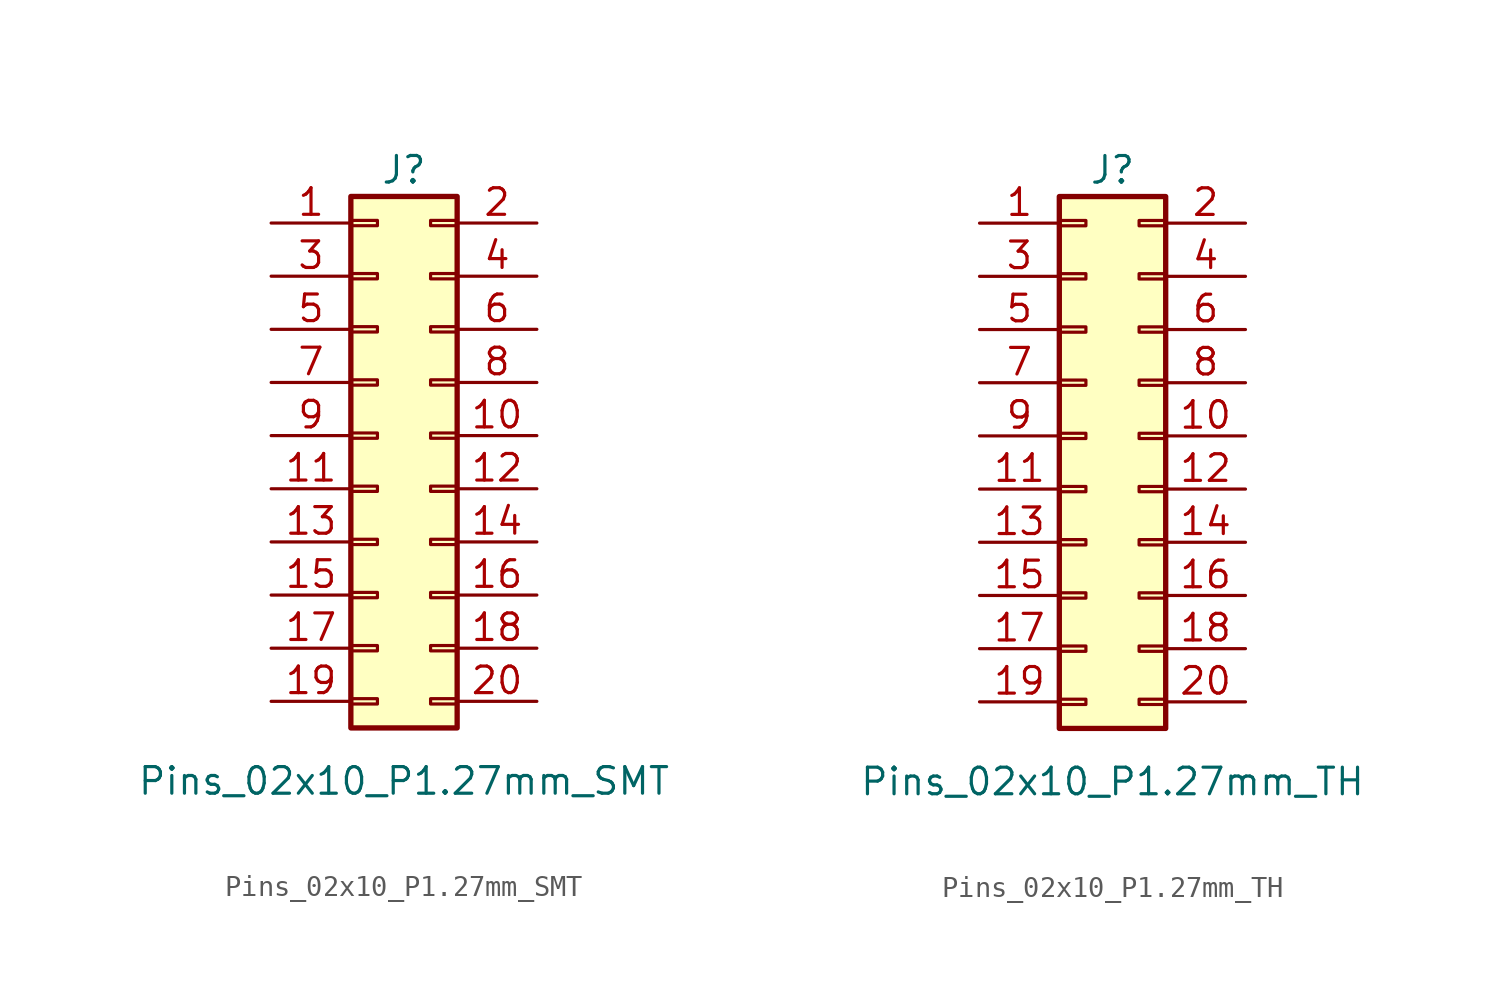
<source format=kicad_sym>
(kicad_symbol_lib
  (version 20241209)
  (generator "kicad_symbol_editor")
  (generator_version "9.0")
  (symbol "Pins_02x10_P1.27mm_SMT"
    (pin_names
      (offset 1.016)
      (hide yes))
    (property "Reference" "J"
      (at 0 13.97 0)
      (effects (font (size 1.27 1.27))))
    (property "Value" "Pins_02x10_P1.27mm_SMT"
      (at 0 -15.24 0)
      (effects (font (size 1.27 1.27))))
    (symbol "Pins_02x10_P1.27mm_SMT_1_1"
      (rectangle (start -2.54 12.7) (end 2.54 -12.7) (stroke (width 0.254) (type default)) (fill (type background)))
      (rectangle (start -2.54 11.557) (end -1.27 11.303) (stroke (width 0) (type default)) (fill (type none)))
      (rectangle (start -2.54 9.017) (end -1.27 8.763) (stroke (width 0) (type default)) (fill (type none)))
      (rectangle (start -2.54 6.477) (end -1.27 6.223) (stroke (width 0) (type default)) (fill (type none)))
      (rectangle (start -2.54 3.937) (end -1.27 3.683) (stroke (width 0) (type default)) (fill (type none)))
      (rectangle (start -2.54 1.397) (end -1.27 1.143) (stroke (width 0) (type default)) (fill (type none)))
      (rectangle (start -2.54 -1.143) (end -1.27 -1.397) (stroke (width 0) (type default)) (fill (type none)))
      (rectangle (start -2.54 -3.683) (end -1.27 -3.937) (stroke (width 0) (type default)) (fill (type none)))
      (rectangle (start -2.54 -6.223) (end -1.27 -6.477) (stroke (width 0) (type default)) (fill (type none)))
      (rectangle (start -2.54 -8.763) (end -1.27 -9.017) (stroke (width 0) (type default)) (fill (type none)))
      (rectangle (start -2.54 -11.303) (end -1.27 -11.557) (stroke (width 0) (type default)) (fill (type none)))
      (rectangle (start 1.27 11.557) (end 2.54 11.303) (stroke (width 0) (type default)) (fill (type none)))
      (rectangle (start 1.27 9.017) (end 2.54 8.763) (stroke (width 0) (type default)) (fill (type none)))
      (rectangle (start 1.27 6.477) (end 2.54 6.223) (stroke (width 0) (type default)) (fill (type none)))
      (rectangle (start 1.27 3.937) (end 2.54 3.683) (stroke (width 0) (type default)) (fill (type none)))
      (rectangle (start 1.27 1.397) (end 2.54 1.143) (stroke (width 0) (type default)) (fill (type none)))
      (rectangle (start 1.27 -1.143) (end 2.54 -1.397) (stroke (width 0) (type default)) (fill (type none)))
      (rectangle (start 1.27 -3.683) (end 2.54 -3.937) (stroke (width 0) (type default)) (fill (type none)))
      (rectangle (start 1.27 -6.223) (end 2.54 -6.477) (stroke (width 0) (type default)) (fill (type none)))
      (rectangle (start 1.27 -8.763) (end 2.54 -9.017) (stroke (width 0) (type default)) (fill (type none)))
      (rectangle (start 1.27 -11.303) (end 2.54 -11.557) (stroke (width 0) (type default)) (fill (type none)))
      (pin passive line (at -6.35 11.43 0) (length 3.81) (name "1" (effects (font (size 1.27 1.27)))) (number "1" (effects (font (size 1.27 1.27)))))
      (pin passive line (at -6.35 8.89 0) (length 3.81) (name "3" (effects (font (size 1.27 1.27)))) (number "3" (effects (font (size 1.27 1.27)))))
      (pin passive line (at -6.35 6.35 0) (length 3.81) (name "5" (effects (font (size 1.27 1.27)))) (number "5" (effects (font (size 1.27 1.27)))))
      (pin passive line (at -6.35 3.81 0) (length 3.81) (name "7" (effects (font (size 1.27 1.27)))) (number "7" (effects (font (size 1.27 1.27)))))
      (pin passive line (at -6.35 1.27 0) (length 3.81) (name "9" (effects (font (size 1.27 1.27)))) (number "9" (effects (font (size 1.27 1.27)))))
      (pin passive line (at -6.35 -1.27 0) (length 3.81) (name "11" (effects (font (size 1.27 1.27)))) (number "11" (effects (font (size 1.27 1.27)))))
      (pin passive line (at -6.35 -3.81 0) (length 3.81) (name "13" (effects (font (size 1.27 1.27)))) (number "13" (effects (font (size 1.27 1.27)))))
      (pin passive line (at -6.35 -6.35 0) (length 3.81) (name "15" (effects (font (size 1.27 1.27)))) (number "15" (effects (font (size 1.27 1.27)))))
      (pin passive line (at -6.35 -8.89 0) (length 3.81) (name "17" (effects (font (size 1.27 1.27)))) (number "17" (effects (font (size 1.27 1.27)))))
      (pin passive line (at -6.35 -11.43 0) (length 3.81) (name "19" (effects (font (size 1.27 1.27)))) (number "19" (effects (font (size 1.27 1.27)))))
      (pin passive line (at 6.35 11.43 180) (length 3.81) (name "2" (effects (font (size 1.27 1.27)))) (number "2" (effects (font (size 1.27 1.27)))))
      (pin passive line (at 6.35 8.89 180) (length 3.81) (name "4" (effects (font (size 1.27 1.27)))) (number "4" (effects (font (size 1.27 1.27)))))
      (pin passive line (at 6.35 6.35 180) (length 3.81) (name "6" (effects (font (size 1.27 1.27)))) (number "6" (effects (font (size 1.27 1.27)))))
      (pin passive line (at 6.35 3.81 180) (length 3.81) (name "8" (effects (font (size 1.27 1.27)))) (number "8" (effects (font (size 1.27 1.27)))))
      (pin passive line (at 6.35 1.27 180) (length 3.81) (name "10" (effects (font (size 1.27 1.27)))) (number "10" (effects (font (size 1.27 1.27)))))
      (pin passive line (at 6.35 -1.27 180) (length 3.81) (name "12" (effects (font (size 1.27 1.27)))) (number "12" (effects (font (size 1.27 1.27)))))
      (pin passive line (at 6.35 -3.81 180) (length 3.81) (name "14" (effects (font (size 1.27 1.27)))) (number "14" (effects (font (size 1.27 1.27)))))
      (pin passive line (at 6.35 -6.35 180) (length 3.81) (name "16" (effects (font (size 1.27 1.27)))) (number "16" (effects (font (size 1.27 1.27)))))
      (pin passive line (at 6.35 -8.89 180) (length 3.81) (name "18" (effects (font (size 1.27 1.27)))) (number "18" (effects (font (size 1.27 1.27)))))
      (pin passive line (at 6.35 -11.43 180) (length 3.81) (name "20" (effects (font (size 1.27 1.27)))) (number "20" (effects (font (size 1.27 1.27)))))))
  (symbol "Pins_02x10_P1.27mm_TH"
    (pin_names
      (offset 1.016)
      (hide yes))
    (property "Reference" "J"
      (at 0 13.97 0)
      (effects (font (size 1.27 1.27))))
    (property "Value" "Pins_02x10_P1.27mm_TH"
      (at 0 -15.24 0)
      (effects (font (size 1.27 1.27))))
    (symbol "Pins_02x10_P1.27mm_TH_1_1"
      (rectangle (start -2.54 12.7) (end 2.54 -12.7) (stroke (width 0.254) (type default)) (fill (type background)))
      (rectangle (start -2.54 11.557) (end -1.27 11.303) (stroke (width 0) (type default)) (fill (type none)))
      (rectangle (start -2.54 9.017) (end -1.27 8.763) (stroke (width 0) (type default)) (fill (type none)))
      (rectangle (start -2.54 6.477) (end -1.27 6.223) (stroke (width 0) (type default)) (fill (type none)))
      (rectangle (start -2.54 3.937) (end -1.27 3.683) (stroke (width 0) (type default)) (fill (type none)))
      (rectangle (start -2.54 1.397) (end -1.27 1.143) (stroke (width 0) (type default)) (fill (type none)))
      (rectangle (start -2.54 -1.143) (end -1.27 -1.397) (stroke (width 0) (type default)) (fill (type none)))
      (rectangle (start -2.54 -3.683) (end -1.27 -3.937) (stroke (width 0) (type default)) (fill (type none)))
      (rectangle (start -2.54 -6.223) (end -1.27 -6.477) (stroke (width 0) (type default)) (fill (type none)))
      (rectangle (start -2.54 -8.763) (end -1.27 -9.017) (stroke (width 0) (type default)) (fill (type none)))
      (rectangle (start -2.54 -11.303) (end -1.27 -11.557) (stroke (width 0) (type default)) (fill (type none)))
      (rectangle (start 1.27 11.557) (end 2.54 11.303) (stroke (width 0) (type default)) (fill (type none)))
      (rectangle (start 1.27 9.017) (end 2.54 8.763) (stroke (width 0) (type default)) (fill (type none)))
      (rectangle (start 1.27 6.477) (end 2.54 6.223) (stroke (width 0) (type default)) (fill (type none)))
      (rectangle (start 1.27 3.937) (end 2.54 3.683) (stroke (width 0) (type default)) (fill (type none)))
      (rectangle (start 1.27 1.397) (end 2.54 1.143) (stroke (width 0) (type default)) (fill (type none)))
      (rectangle (start 1.27 -1.143) (end 2.54 -1.397) (stroke (width 0) (type default)) (fill (type none)))
      (rectangle (start 1.27 -3.683) (end 2.54 -3.937) (stroke (width 0) (type default)) (fill (type none)))
      (rectangle (start 1.27 -6.223) (end 2.54 -6.477) (stroke (width 0) (type default)) (fill (type none)))
      (rectangle (start 1.27 -8.763) (end 2.54 -9.017) (stroke (width 0) (type default)) (fill (type none)))
      (rectangle (start 1.27 -11.303) (end 2.54 -11.557) (stroke (width 0) (type default)) (fill (type none)))
      (pin passive line (at -6.35 11.43 0) (length 3.81) (name "1" (effects (font (size 1.27 1.27)))) (number "1" (effects (font (size 1.27 1.27)))))
      (pin passive line (at -6.35 8.89 0) (length 3.81) (name "3" (effects (font (size 1.27 1.27)))) (number "3" (effects (font (size 1.27 1.27)))))
      (pin passive line (at -6.35 6.35 0) (length 3.81) (name "5" (effects (font (size 1.27 1.27)))) (number "5" (effects (font (size 1.27 1.27)))))
      (pin passive line (at -6.35 3.81 0) (length 3.81) (name "7" (effects (font (size 1.27 1.27)))) (number "7" (effects (font (size 1.27 1.27)))))
      (pin passive line (at -6.35 1.27 0) (length 3.81) (name "9" (effects (font (size 1.27 1.27)))) (number "9" (effects (font (size 1.27 1.27)))))
      (pin passive line (at -6.35 -1.27 0) (length 3.81) (name "11" (effects (font (size 1.27 1.27)))) (number "11" (effects (font (size 1.27 1.27)))))
      (pin passive line (at -6.35 -3.81 0) (length 3.81) (name "13" (effects (font (size 1.27 1.27)))) (number "13" (effects (font (size 1.27 1.27)))))
      (pin passive line (at -6.35 -6.35 0) (length 3.81) (name "15" (effects (font (size 1.27 1.27)))) (number "15" (effects (font (size 1.27 1.27)))))
      (pin passive line (at -6.35 -8.89 0) (length 3.81) (name "17" (effects (font (size 1.27 1.27)))) (number "17" (effects (font (size 1.27 1.27)))))
      (pin passive line (at -6.35 -11.43 0) (length 3.81) (name "19" (effects (font (size 1.27 1.27)))) (number "19" (effects (font (size 1.27 1.27)))))
      (pin passive line (at 6.35 11.43 180) (length 3.81) (name "2" (effects (font (size 1.27 1.27)))) (number "2" (effects (font (size 1.27 1.27)))))
      (pin passive line (at 6.35 8.89 180) (length 3.81) (name "4" (effects (font (size 1.27 1.27)))) (number "4" (effects (font (size 1.27 1.27)))))
      (pin passive line (at 6.35 6.35 180) (length 3.81) (name "6" (effects (font (size 1.27 1.27)))) (number "6" (effects (font (size 1.27 1.27)))))
      (pin passive line (at 6.35 3.81 180) (length 3.81) (name "8" (effects (font (size 1.27 1.27)))) (number "8" (effects (font (size 1.27 1.27)))))
      (pin passive line (at 6.35 1.27 180) (length 3.81) (name "10" (effects (font (size 1.27 1.27)))) (number "10" (effects (font (size 1.27 1.27)))))
      (pin passive line (at 6.35 -1.27 180) (length 3.81) (name "12" (effects (font (size 1.27 1.27)))) (number "12" (effects (font (size 1.27 1.27)))))
      (pin passive line (at 6.35 -3.81 180) (length 3.81) (name "14" (effects (font (size 1.27 1.27)))) (number "14" (effects (font (size 1.27 1.27)))))
      (pin passive line (at 6.35 -6.35 180) (length 3.81) (name "16" (effects (font (size 1.27 1.27)))) (number "16" (effects (font (size 1.27 1.27)))))
      (pin passive line (at 6.35 -8.89 180) (length 3.81) (name "18" (effects (font (size 1.27 1.27)))) (number "18" (effects (font (size 1.27 1.27)))))
      (pin passive line (at 6.35 -11.43 180) (length 3.81) (name "20" (effects (font (size 1.27 1.27)))) (number "20" (effects (font (size 1.27 1.27))))))))
</source>
